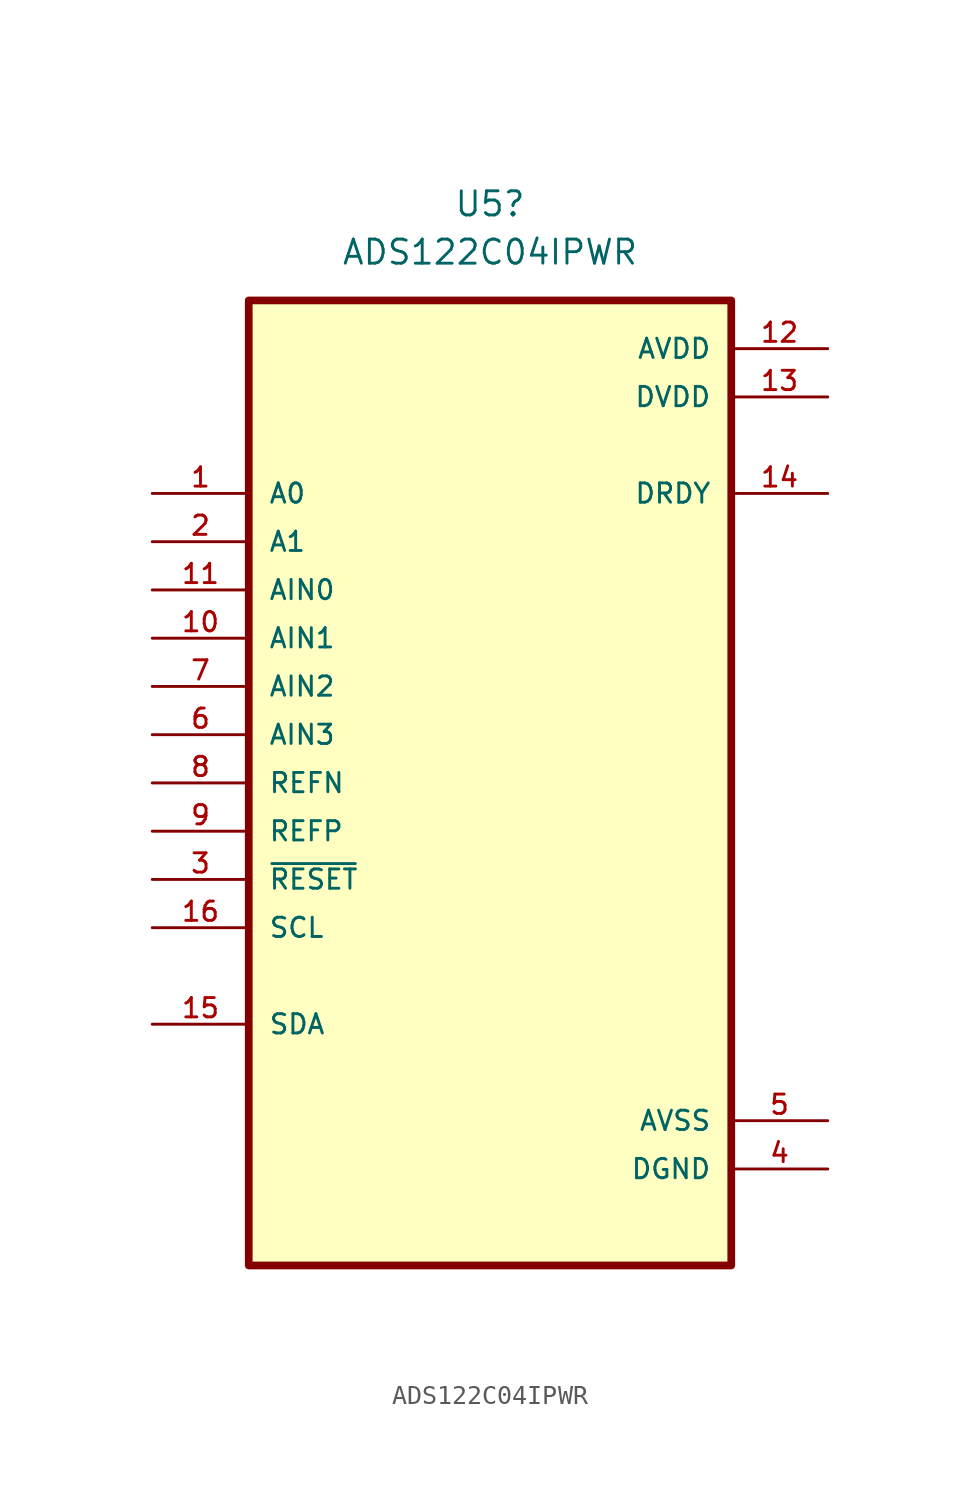
<source format=kicad_sym>
(kicad_symbol_lib
  (version 20210619)
  (generator kicad_symbol_editor)
  (symbol "ADC:ADS122C04IPWR"
    (pin_names
      (offset 1.016))
    (property "Reference" "U5"
      (at 0 30.48 0)
      (effects (font (size 1.27 1.27))))
    (property "Value" "ADS122C04IPWR"
      (at 0 27.94 0)
      (effects (font (size 1.27 1.27))))
    (property "ki_locked" ""
      (at 0 0 0)
      (effects (font (size 1.27 1.27))))
    (symbol "ADS122C04IPWR_0_0"
      (rectangle (start -12.7 -25.4) (end 12.7 25.4) (stroke (width 0.406)) (fill (type background)))
      (pin input line (at -17.78 15.24 0) (length 5.08) (name "A0" (effects (font (size 1.016 1.016)))) (number "1" (effects (font (size 1.016 1.016)))))
      (pin input line (at -17.78 7.62 0) (length 5.08) (name "AIN1" (effects (font (size 1.016 1.016)))) (number "10" (effects (font (size 1.016 1.016)))))
      (pin input line (at -17.78 10.16 0) (length 5.08) (name "AIN0" (effects (font (size 1.016 1.016)))) (number "11" (effects (font (size 1.016 1.016)))))
      (pin power_in line (at 17.78 22.86 180) (length 5.08) (name "AVDD" (effects (font (size 1.016 1.016)))) (number "12" (effects (font (size 1.016 1.016)))))
      (pin power_in line (at 17.78 20.32 180) (length 5.08) (name "DVDD" (effects (font (size 1.016 1.016)))) (number "13" (effects (font (size 1.016 1.016)))))
      (pin output line (at 17.78 15.24 180) (length 5.08) (name "DRDY" (effects (font (size 1.016 1.016)))) (number "14" (effects (font (size 1.016 1.016)))))
      (pin bidirectional line (at -17.78 -12.7 0) (length 5.08) (name "SDA" (effects (font (size 1.016 1.016)))) (number "15" (effects (font (size 1.016 1.016)))))
      (pin input line (at -17.78 -7.62 0) (length 5.08) (name "SCL" (effects (font (size 1.016 1.016)))) (number "16" (effects (font (size 1.016 1.016)))))
      (pin input line (at -17.78 12.7 0) (length 5.08) (name "A1" (effects (font (size 1.016 1.016)))) (number "2" (effects (font (size 1.016 1.016)))))
      (pin input line (at -17.78 -5.08 0) (length 5.08) (name "~{RESET}" (effects (font (size 1.016 1.016)))) (number "3" (effects (font (size 1.016 1.016)))))
      (pin power_in line (at 17.78 -20.32 180) (length 5.08) (name "DGND" (effects (font (size 1.016 1.016)))) (number "4" (effects (font (size 1.016 1.016)))))
      (pin power_in line (at 17.78 -17.78 180) (length 5.08) (name "AVSS" (effects (font (size 1.016 1.016)))) (number "5" (effects (font (size 1.016 1.016)))))
      (pin input line (at -17.78 2.54 0) (length 5.08) (name "AIN3" (effects (font (size 1.016 1.016)))) (number "6" (effects (font (size 1.016 1.016)))))
      (pin input line (at -17.78 5.08 0) (length 5.08) (name "AIN2" (effects (font (size 1.016 1.016)))) (number "7" (effects (font (size 1.016 1.016)))))
      (pin input line (at -17.78 0 0) (length 5.08) (name "REFN" (effects (font (size 1.016 1.016)))) (number "8" (effects (font (size 1.016 1.016)))))
      (pin input line (at -17.78 -2.54 0) (length 5.08) (name "REFP" (effects (font (size 1.016 1.016)))) (number "9" (effects (font (size 1.016 1.016))))))))
</source>
